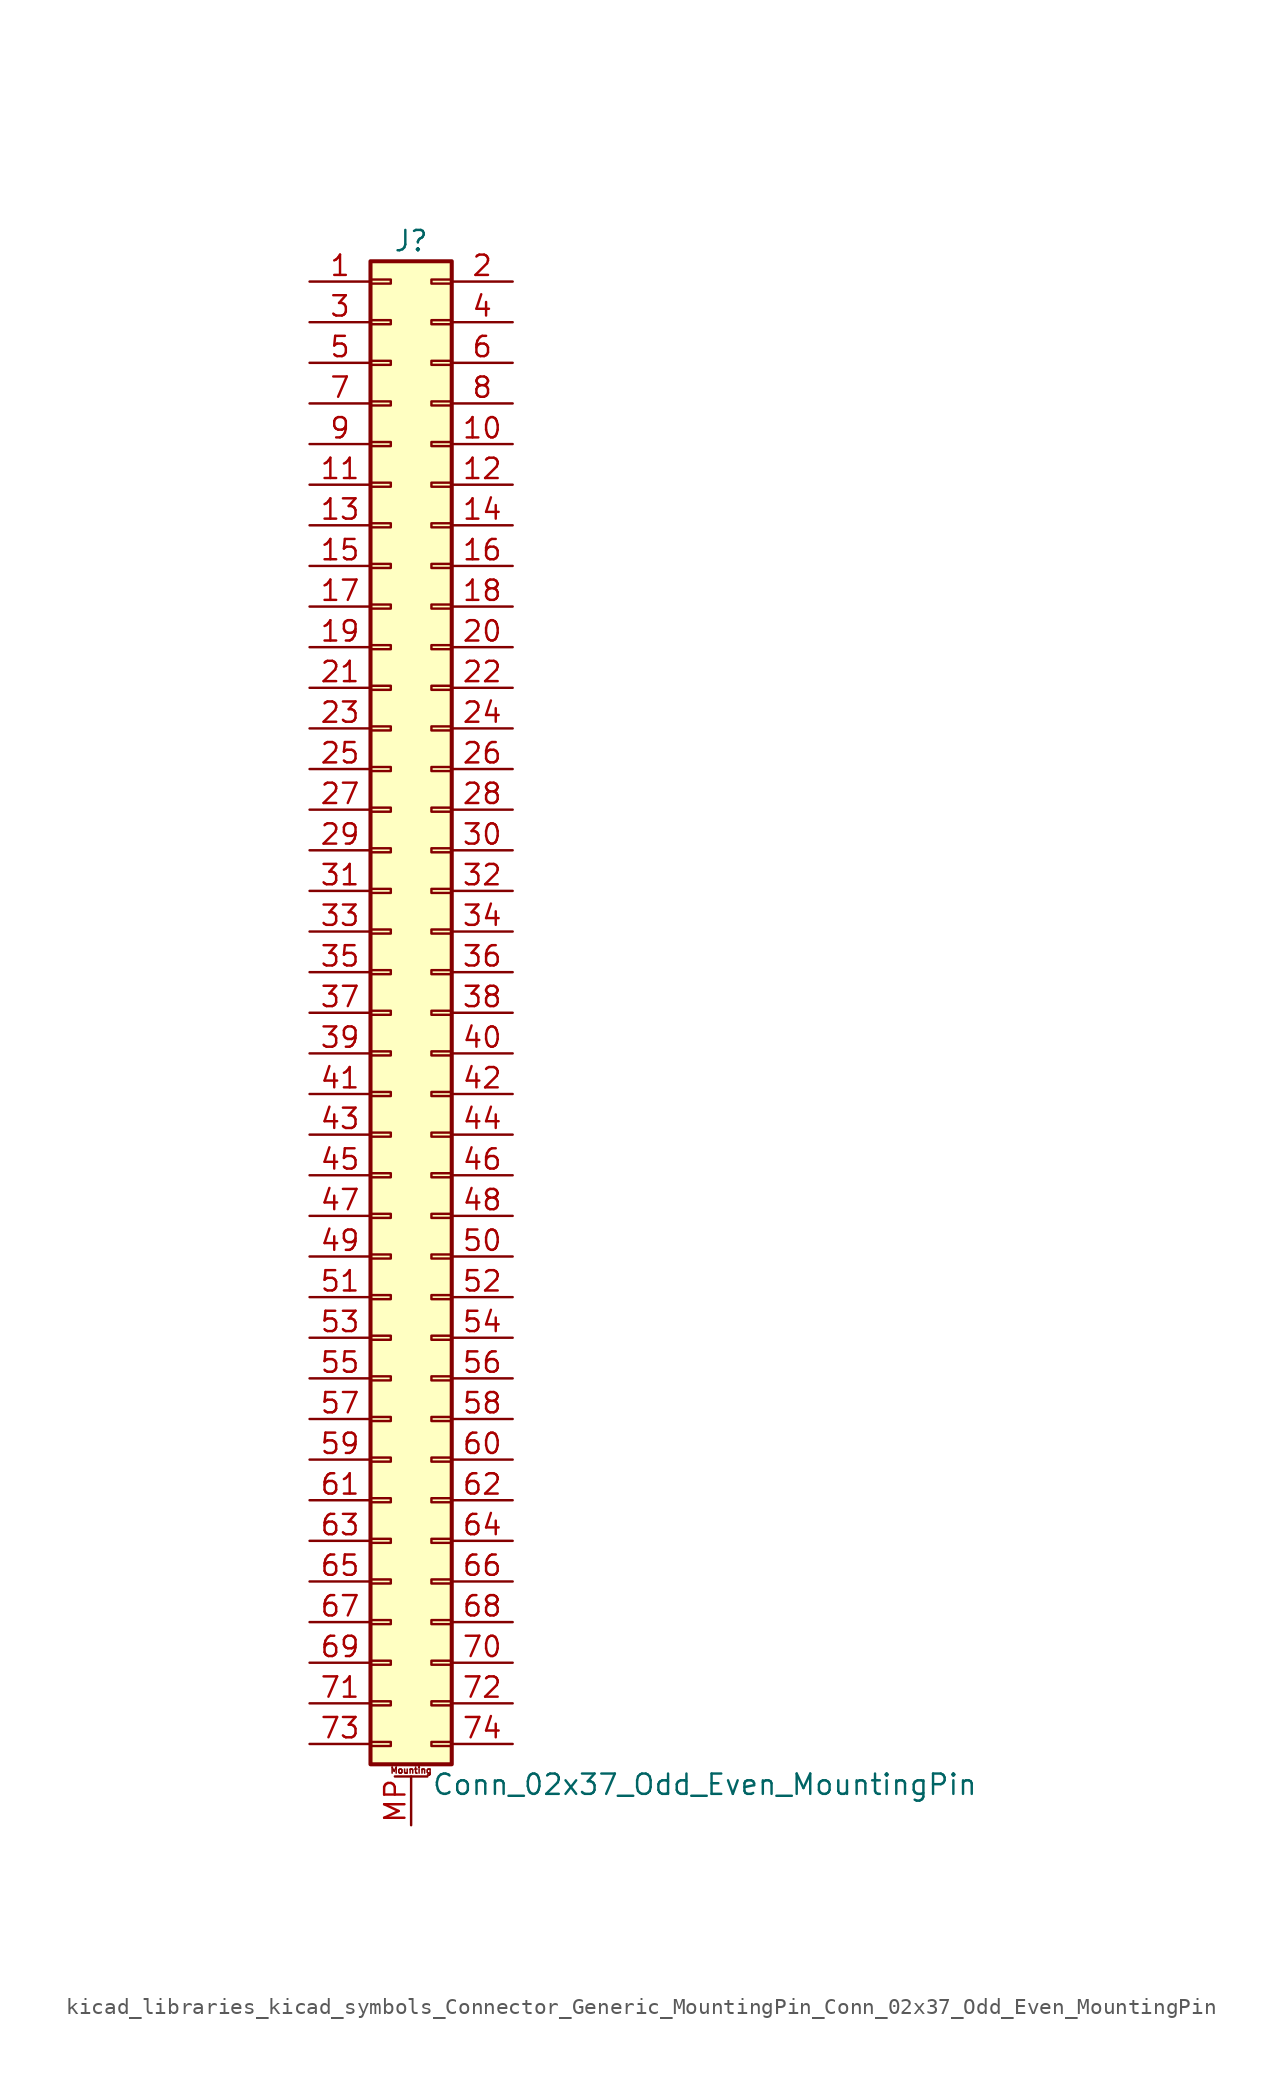
<source format=kicad_sym>
(kicad_symbol_lib
  (version 20220914)
  (generator kicad_symbol_editor)
  (symbol "kicad_libraries_kicad_symbols_Connector_Generic_MountingPin_Conn_02x37_Odd_Even_MountingPin"
    (pin_names
      (offset 1.016) hide)
    (property "Reference" "J"
      (at 1.27 48.26 0)
      (effects (font (size 1.27 1.27))))
    (property "Value" "Conn_02x37_Odd_Even_MountingPin"
      (at 2.54 -48.26 0)
      (effects (font (size 1.27 1.27)) (justify left)))
    (symbol "kicad_libraries_kicad_symbols_Connector_Generic_MountingPin_Conn_02x37_Odd_Even_MountingPin_1_1"
      (rectangle (start -1.27 -45.593) (end 0 -45.847) (stroke (width 0.152) (type default)) (fill (type none)))
      (rectangle (start -1.27 -43.053) (end 0 -43.307) (stroke (width 0.152) (type default)) (fill (type none)))
      (rectangle (start -1.27 -40.513) (end 0 -40.767) (stroke (width 0.152) (type default)) (fill (type none)))
      (rectangle (start -1.27 -37.973) (end 0 -38.227) (stroke (width 0.152) (type default)) (fill (type none)))
      (rectangle (start -1.27 -35.433) (end 0 -35.687) (stroke (width 0.152) (type default)) (fill (type none)))
      (rectangle (start -1.27 -32.893) (end 0 -33.147) (stroke (width 0.152) (type default)) (fill (type none)))
      (rectangle (start -1.27 -30.353) (end 0 -30.607) (stroke (width 0.152) (type default)) (fill (type none)))
      (rectangle (start -1.27 -27.813) (end 0 -28.067) (stroke (width 0.152) (type default)) (fill (type none)))
      (rectangle (start -1.27 -25.273) (end 0 -25.527) (stroke (width 0.152) (type default)) (fill (type none)))
      (rectangle (start -1.27 -22.733) (end 0 -22.987) (stroke (width 0.152) (type default)) (fill (type none)))
      (rectangle (start -1.27 -20.193) (end 0 -20.447) (stroke (width 0.152) (type default)) (fill (type none)))
      (rectangle (start -1.27 -17.653) (end 0 -17.907) (stroke (width 0.152) (type default)) (fill (type none)))
      (rectangle (start -1.27 -15.113) (end 0 -15.367) (stroke (width 0.152) (type default)) (fill (type none)))
      (rectangle (start -1.27 -12.573) (end 0 -12.827) (stroke (width 0.152) (type default)) (fill (type none)))
      (rectangle (start -1.27 -10.033) (end 0 -10.287) (stroke (width 0.152) (type default)) (fill (type none)))
      (rectangle (start -1.27 -7.493) (end 0 -7.747) (stroke (width 0.152) (type default)) (fill (type none)))
      (rectangle (start -1.27 -4.953) (end 0 -5.207) (stroke (width 0.152) (type default)) (fill (type none)))
      (rectangle (start -1.27 -2.413) (end 0 -2.667) (stroke (width 0.152) (type default)) (fill (type none)))
      (rectangle (start -1.27 0.127) (end 0 -0.127) (stroke (width 0.152) (type default)) (fill (type none)))
      (rectangle (start -1.27 2.667) (end 0 2.413) (stroke (width 0.152) (type default)) (fill (type none)))
      (rectangle (start -1.27 5.207) (end 0 4.953) (stroke (width 0.152) (type default)) (fill (type none)))
      (rectangle (start -1.27 7.747) (end 0 7.493) (stroke (width 0.152) (type default)) (fill (type none)))
      (rectangle (start -1.27 10.287) (end 0 10.033) (stroke (width 0.152) (type default)) (fill (type none)))
      (rectangle (start -1.27 12.827) (end 0 12.573) (stroke (width 0.152) (type default)) (fill (type none)))
      (rectangle (start -1.27 15.367) (end 0 15.113) (stroke (width 0.152) (type default)) (fill (type none)))
      (rectangle (start -1.27 17.907) (end 0 17.653) (stroke (width 0.152) (type default)) (fill (type none)))
      (rectangle (start -1.27 20.447) (end 0 20.193) (stroke (width 0.152) (type default)) (fill (type none)))
      (rectangle (start -1.27 22.987) (end 0 22.733) (stroke (width 0.152) (type default)) (fill (type none)))
      (rectangle (start -1.27 25.527) (end 0 25.273) (stroke (width 0.152) (type default)) (fill (type none)))
      (rectangle (start -1.27 28.067) (end 0 27.813) (stroke (width 0.152) (type default)) (fill (type none)))
      (rectangle (start -1.27 30.607) (end 0 30.353) (stroke (width 0.152) (type default)) (fill (type none)))
      (rectangle (start -1.27 33.147) (end 0 32.893) (stroke (width 0.152) (type default)) (fill (type none)))
      (rectangle (start -1.27 35.687) (end 0 35.433) (stroke (width 0.152) (type default)) (fill (type none)))
      (rectangle (start -1.27 38.227) (end 0 37.973) (stroke (width 0.152) (type default)) (fill (type none)))
      (rectangle (start -1.27 40.767) (end 0 40.513) (stroke (width 0.152) (type default)) (fill (type none)))
      (rectangle (start -1.27 43.307) (end 0 43.053) (stroke (width 0.152) (type default)) (fill (type none)))
      (rectangle (start -1.27 45.847) (end 0 45.593) (stroke (width 0.152) (type default)) (fill (type none)))
      (rectangle (start -1.27 46.99) (end 3.81 -46.99) (stroke (width 0.254) (type default)) (fill (type background)))
      (polyline (pts (xy 0.254 -47.752) (xy 2.286 -47.752)) (stroke (width 0.152) (type default)) (fill (type none)))
      (rectangle (start 3.81 -45.593) (end 2.54 -45.847) (stroke (width 0.152) (type default)) (fill (type none)))
      (rectangle (start 3.81 -43.053) (end 2.54 -43.307) (stroke (width 0.152) (type default)) (fill (type none)))
      (rectangle (start 3.81 -40.513) (end 2.54 -40.767) (stroke (width 0.152) (type default)) (fill (type none)))
      (rectangle (start 3.81 -37.973) (end 2.54 -38.227) (stroke (width 0.152) (type default)) (fill (type none)))
      (rectangle (start 3.81 -35.433) (end 2.54 -35.687) (stroke (width 0.152) (type default)) (fill (type none)))
      (rectangle (start 3.81 -32.893) (end 2.54 -33.147) (stroke (width 0.152) (type default)) (fill (type none)))
      (rectangle (start 3.81 -30.353) (end 2.54 -30.607) (stroke (width 0.152) (type default)) (fill (type none)))
      (rectangle (start 3.81 -27.813) (end 2.54 -28.067) (stroke (width 0.152) (type default)) (fill (type none)))
      (rectangle (start 3.81 -25.273) (end 2.54 -25.527) (stroke (width 0.152) (type default)) (fill (type none)))
      (rectangle (start 3.81 -22.733) (end 2.54 -22.987) (stroke (width 0.152) (type default)) (fill (type none)))
      (rectangle (start 3.81 -20.193) (end 2.54 -20.447) (stroke (width 0.152) (type default)) (fill (type none)))
      (rectangle (start 3.81 -17.653) (end 2.54 -17.907) (stroke (width 0.152) (type default)) (fill (type none)))
      (rectangle (start 3.81 -15.113) (end 2.54 -15.367) (stroke (width 0.152) (type default)) (fill (type none)))
      (rectangle (start 3.81 -12.573) (end 2.54 -12.827) (stroke (width 0.152) (type default)) (fill (type none)))
      (rectangle (start 3.81 -10.033) (end 2.54 -10.287) (stroke (width 0.152) (type default)) (fill (type none)))
      (rectangle (start 3.81 -7.493) (end 2.54 -7.747) (stroke (width 0.152) (type default)) (fill (type none)))
      (rectangle (start 3.81 -4.953) (end 2.54 -5.207) (stroke (width 0.152) (type default)) (fill (type none)))
      (rectangle (start 3.81 -2.413) (end 2.54 -2.667) (stroke (width 0.152) (type default)) (fill (type none)))
      (rectangle (start 3.81 0.127) (end 2.54 -0.127) (stroke (width 0.152) (type default)) (fill (type none)))
      (rectangle (start 3.81 2.667) (end 2.54 2.413) (stroke (width 0.152) (type default)) (fill (type none)))
      (rectangle (start 3.81 5.207) (end 2.54 4.953) (stroke (width 0.152) (type default)) (fill (type none)))
      (rectangle (start 3.81 7.747) (end 2.54 7.493) (stroke (width 0.152) (type default)) (fill (type none)))
      (rectangle (start 3.81 10.287) (end 2.54 10.033) (stroke (width 0.152) (type default)) (fill (type none)))
      (rectangle (start 3.81 12.827) (end 2.54 12.573) (stroke (width 0.152) (type default)) (fill (type none)))
      (rectangle (start 3.81 15.367) (end 2.54 15.113) (stroke (width 0.152) (type default)) (fill (type none)))
      (rectangle (start 3.81 17.907) (end 2.54 17.653) (stroke (width 0.152) (type default)) (fill (type none)))
      (rectangle (start 3.81 20.447) (end 2.54 20.193) (stroke (width 0.152) (type default)) (fill (type none)))
      (rectangle (start 3.81 22.987) (end 2.54 22.733) (stroke (width 0.152) (type default)) (fill (type none)))
      (rectangle (start 3.81 25.527) (end 2.54 25.273) (stroke (width 0.152) (type default)) (fill (type none)))
      (rectangle (start 3.81 28.067) (end 2.54 27.813) (stroke (width 0.152) (type default)) (fill (type none)))
      (rectangle (start 3.81 30.607) (end 2.54 30.353) (stroke (width 0.152) (type default)) (fill (type none)))
      (rectangle (start 3.81 33.147) (end 2.54 32.893) (stroke (width 0.152) (type default)) (fill (type none)))
      (rectangle (start 3.81 35.687) (end 2.54 35.433) (stroke (width 0.152) (type default)) (fill (type none)))
      (rectangle (start 3.81 38.227) (end 2.54 37.973) (stroke (width 0.152) (type default)) (fill (type none)))
      (rectangle (start 3.81 40.767) (end 2.54 40.513) (stroke (width 0.152) (type default)) (fill (type none)))
      (rectangle (start 3.81 43.307) (end 2.54 43.053) (stroke (width 0.152) (type default)) (fill (type none)))
      (rectangle (start 3.81 45.847) (end 2.54 45.593) (stroke (width 0.152) (type default)) (fill (type none)))
      (text "Mounting" (at 1.27 -47.371 0) (effects (font (size 0.381 0.381))))
      (pin passive line (at -5.08 45.72 0) (length 3.81) (name "Pin_1" (effects (font (size 1.27 1.27)))) (number "1" (effects (font (size 1.27 1.27)))))
      (pin passive line (at 7.62 35.56 180) (length 3.81) (name "Pin_10" (effects (font (size 1.27 1.27)))) (number "10" (effects (font (size 1.27 1.27)))))
      (pin passive line (at -5.08 33.02 0) (length 3.81) (name "Pin_11" (effects (font (size 1.27 1.27)))) (number "11" (effects (font (size 1.27 1.27)))))
      (pin passive line (at 7.62 33.02 180) (length 3.81) (name "Pin_12" (effects (font (size 1.27 1.27)))) (number "12" (effects (font (size 1.27 1.27)))))
      (pin passive line (at -5.08 30.48 0) (length 3.81) (name "Pin_13" (effects (font (size 1.27 1.27)))) (number "13" (effects (font (size 1.27 1.27)))))
      (pin passive line (at 7.62 30.48 180) (length 3.81) (name "Pin_14" (effects (font (size 1.27 1.27)))) (number "14" (effects (font (size 1.27 1.27)))))
      (pin passive line (at -5.08 27.94 0) (length 3.81) (name "Pin_15" (effects (font (size 1.27 1.27)))) (number "15" (effects (font (size 1.27 1.27)))))
      (pin passive line (at 7.62 27.94 180) (length 3.81) (name "Pin_16" (effects (font (size 1.27 1.27)))) (number "16" (effects (font (size 1.27 1.27)))))
      (pin passive line (at -5.08 25.4 0) (length 3.81) (name "Pin_17" (effects (font (size 1.27 1.27)))) (number "17" (effects (font (size 1.27 1.27)))))
      (pin passive line (at 7.62 25.4 180) (length 3.81) (name "Pin_18" (effects (font (size 1.27 1.27)))) (number "18" (effects (font (size 1.27 1.27)))))
      (pin passive line (at -5.08 22.86 0) (length 3.81) (name "Pin_19" (effects (font (size 1.27 1.27)))) (number "19" (effects (font (size 1.27 1.27)))))
      (pin passive line (at 7.62 45.72 180) (length 3.81) (name "Pin_2" (effects (font (size 1.27 1.27)))) (number "2" (effects (font (size 1.27 1.27)))))
      (pin passive line (at 7.62 22.86 180) (length 3.81) (name "Pin_20" (effects (font (size 1.27 1.27)))) (number "20" (effects (font (size 1.27 1.27)))))
      (pin passive line (at -5.08 20.32 0) (length 3.81) (name "Pin_21" (effects (font (size 1.27 1.27)))) (number "21" (effects (font (size 1.27 1.27)))))
      (pin passive line (at 7.62 20.32 180) (length 3.81) (name "Pin_22" (effects (font (size 1.27 1.27)))) (number "22" (effects (font (size 1.27 1.27)))))
      (pin passive line (at -5.08 17.78 0) (length 3.81) (name "Pin_23" (effects (font (size 1.27 1.27)))) (number "23" (effects (font (size 1.27 1.27)))))
      (pin passive line (at 7.62 17.78 180) (length 3.81) (name "Pin_24" (effects (font (size 1.27 1.27)))) (number "24" (effects (font (size 1.27 1.27)))))
      (pin passive line (at -5.08 15.24 0) (length 3.81) (name "Pin_25" (effects (font (size 1.27 1.27)))) (number "25" (effects (font (size 1.27 1.27)))))
      (pin passive line (at 7.62 15.24 180) (length 3.81) (name "Pin_26" (effects (font (size 1.27 1.27)))) (number "26" (effects (font (size 1.27 1.27)))))
      (pin passive line (at -5.08 12.7 0) (length 3.81) (name "Pin_27" (effects (font (size 1.27 1.27)))) (number "27" (effects (font (size 1.27 1.27)))))
      (pin passive line (at 7.62 12.7 180) (length 3.81) (name "Pin_28" (effects (font (size 1.27 1.27)))) (number "28" (effects (font (size 1.27 1.27)))))
      (pin passive line (at -5.08 10.16 0) (length 3.81) (name "Pin_29" (effects (font (size 1.27 1.27)))) (number "29" (effects (font (size 1.27 1.27)))))
      (pin passive line (at -5.08 43.18 0) (length 3.81) (name "Pin_3" (effects (font (size 1.27 1.27)))) (number "3" (effects (font (size 1.27 1.27)))))
      (pin passive line (at 7.62 10.16 180) (length 3.81) (name "Pin_30" (effects (font (size 1.27 1.27)))) (number "30" (effects (font (size 1.27 1.27)))))
      (pin passive line (at -5.08 7.62 0) (length 3.81) (name "Pin_31" (effects (font (size 1.27 1.27)))) (number "31" (effects (font (size 1.27 1.27)))))
      (pin passive line (at 7.62 7.62 180) (length 3.81) (name "Pin_32" (effects (font (size 1.27 1.27)))) (number "32" (effects (font (size 1.27 1.27)))))
      (pin passive line (at -5.08 5.08 0) (length 3.81) (name "Pin_33" (effects (font (size 1.27 1.27)))) (number "33" (effects (font (size 1.27 1.27)))))
      (pin passive line (at 7.62 5.08 180) (length 3.81) (name "Pin_34" (effects (font (size 1.27 1.27)))) (number "34" (effects (font (size 1.27 1.27)))))
      (pin passive line (at -5.08 2.54 0) (length 3.81) (name "Pin_35" (effects (font (size 1.27 1.27)))) (number "35" (effects (font (size 1.27 1.27)))))
      (pin passive line (at 7.62 2.54 180) (length 3.81) (name "Pin_36" (effects (font (size 1.27 1.27)))) (number "36" (effects (font (size 1.27 1.27)))))
      (pin passive line (at -5.08 0 0) (length 3.81) (name "Pin_37" (effects (font (size 1.27 1.27)))) (number "37" (effects (font (size 1.27 1.27)))))
      (pin passive line (at 7.62 0 180) (length 3.81) (name "Pin_38" (effects (font (size 1.27 1.27)))) (number "38" (effects (font (size 1.27 1.27)))))
      (pin passive line (at -5.08 -2.54 0) (length 3.81) (name "Pin_39" (effects (font (size 1.27 1.27)))) (number "39" (effects (font (size 1.27 1.27)))))
      (pin passive line (at 7.62 43.18 180) (length 3.81) (name "Pin_4" (effects (font (size 1.27 1.27)))) (number "4" (effects (font (size 1.27 1.27)))))
      (pin passive line (at 7.62 -2.54 180) (length 3.81) (name "Pin_40" (effects (font (size 1.27 1.27)))) (number "40" (effects (font (size 1.27 1.27)))))
      (pin passive line (at -5.08 -5.08 0) (length 3.81) (name "Pin_41" (effects (font (size 1.27 1.27)))) (number "41" (effects (font (size 1.27 1.27)))))
      (pin passive line (at 7.62 -5.08 180) (length 3.81) (name "Pin_42" (effects (font (size 1.27 1.27)))) (number "42" (effects (font (size 1.27 1.27)))))
      (pin passive line (at -5.08 -7.62 0) (length 3.81) (name "Pin_43" (effects (font (size 1.27 1.27)))) (number "43" (effects (font (size 1.27 1.27)))))
      (pin passive line (at 7.62 -7.62 180) (length 3.81) (name "Pin_44" (effects (font (size 1.27 1.27)))) (number "44" (effects (font (size 1.27 1.27)))))
      (pin passive line (at -5.08 -10.16 0) (length 3.81) (name "Pin_45" (effects (font (size 1.27 1.27)))) (number "45" (effects (font (size 1.27 1.27)))))
      (pin passive line (at 7.62 -10.16 180) (length 3.81) (name "Pin_46" (effects (font (size 1.27 1.27)))) (number "46" (effects (font (size 1.27 1.27)))))
      (pin passive line (at -5.08 -12.7 0) (length 3.81) (name "Pin_47" (effects (font (size 1.27 1.27)))) (number "47" (effects (font (size 1.27 1.27)))))
      (pin passive line (at 7.62 -12.7 180) (length 3.81) (name "Pin_48" (effects (font (size 1.27 1.27)))) (number "48" (effects (font (size 1.27 1.27)))))
      (pin passive line (at -5.08 -15.24 0) (length 3.81) (name "Pin_49" (effects (font (size 1.27 1.27)))) (number "49" (effects (font (size 1.27 1.27)))))
      (pin passive line (at -5.08 40.64 0) (length 3.81) (name "Pin_5" (effects (font (size 1.27 1.27)))) (number "5" (effects (font (size 1.27 1.27)))))
      (pin passive line (at 7.62 -15.24 180) (length 3.81) (name "Pin_50" (effects (font (size 1.27 1.27)))) (number "50" (effects (font (size 1.27 1.27)))))
      (pin passive line (at -5.08 -17.78 0) (length 3.81) (name "Pin_51" (effects (font (size 1.27 1.27)))) (number "51" (effects (font (size 1.27 1.27)))))
      (pin passive line (at 7.62 -17.78 180) (length 3.81) (name "Pin_52" (effects (font (size 1.27 1.27)))) (number "52" (effects (font (size 1.27 1.27)))))
      (pin passive line (at -5.08 -20.32 0) (length 3.81) (name "Pin_53" (effects (font (size 1.27 1.27)))) (number "53" (effects (font (size 1.27 1.27)))))
      (pin passive line (at 7.62 -20.32 180) (length 3.81) (name "Pin_54" (effects (font (size 1.27 1.27)))) (number "54" (effects (font (size 1.27 1.27)))))
      (pin passive line (at -5.08 -22.86 0) (length 3.81) (name "Pin_55" (effects (font (size 1.27 1.27)))) (number "55" (effects (font (size 1.27 1.27)))))
      (pin passive line (at 7.62 -22.86 180) (length 3.81) (name "Pin_56" (effects (font (size 1.27 1.27)))) (number "56" (effects (font (size 1.27 1.27)))))
      (pin passive line (at -5.08 -25.4 0) (length 3.81) (name "Pin_57" (effects (font (size 1.27 1.27)))) (number "57" (effects (font (size 1.27 1.27)))))
      (pin passive line (at 7.62 -25.4 180) (length 3.81) (name "Pin_58" (effects (font (size 1.27 1.27)))) (number "58" (effects (font (size 1.27 1.27)))))
      (pin passive line (at -5.08 -27.94 0) (length 3.81) (name "Pin_59" (effects (font (size 1.27 1.27)))) (number "59" (effects (font (size 1.27 1.27)))))
      (pin passive line (at 7.62 40.64 180) (length 3.81) (name "Pin_6" (effects (font (size 1.27 1.27)))) (number "6" (effects (font (size 1.27 1.27)))))
      (pin passive line (at 7.62 -27.94 180) (length 3.81) (name "Pin_60" (effects (font (size 1.27 1.27)))) (number "60" (effects (font (size 1.27 1.27)))))
      (pin passive line (at -5.08 -30.48 0) (length 3.81) (name "Pin_61" (effects (font (size 1.27 1.27)))) (number "61" (effects (font (size 1.27 1.27)))))
      (pin passive line (at 7.62 -30.48 180) (length 3.81) (name "Pin_62" (effects (font (size 1.27 1.27)))) (number "62" (effects (font (size 1.27 1.27)))))
      (pin passive line (at -5.08 -33.02 0) (length 3.81) (name "Pin_63" (effects (font (size 1.27 1.27)))) (number "63" (effects (font (size 1.27 1.27)))))
      (pin passive line (at 7.62 -33.02 180) (length 3.81) (name "Pin_64" (effects (font (size 1.27 1.27)))) (number "64" (effects (font (size 1.27 1.27)))))
      (pin passive line (at -5.08 -35.56 0) (length 3.81) (name "Pin_65" (effects (font (size 1.27 1.27)))) (number "65" (effects (font (size 1.27 1.27)))))
      (pin passive line (at 7.62 -35.56 180) (length 3.81) (name "Pin_66" (effects (font (size 1.27 1.27)))) (number "66" (effects (font (size 1.27 1.27)))))
      (pin passive line (at -5.08 -38.1 0) (length 3.81) (name "Pin_67" (effects (font (size 1.27 1.27)))) (number "67" (effects (font (size 1.27 1.27)))))
      (pin passive line (at 7.62 -38.1 180) (length 3.81) (name "Pin_68" (effects (font (size 1.27 1.27)))) (number "68" (effects (font (size 1.27 1.27)))))
      (pin passive line (at -5.08 -40.64 0) (length 3.81) (name "Pin_69" (effects (font (size 1.27 1.27)))) (number "69" (effects (font (size 1.27 1.27)))))
      (pin passive line (at -5.08 38.1 0) (length 3.81) (name "Pin_7" (effects (font (size 1.27 1.27)))) (number "7" (effects (font (size 1.27 1.27)))))
      (pin passive line (at 7.62 -40.64 180) (length 3.81) (name "Pin_70" (effects (font (size 1.27 1.27)))) (number "70" (effects (font (size 1.27 1.27)))))
      (pin passive line (at -5.08 -43.18 0) (length 3.81) (name "Pin_71" (effects (font (size 1.27 1.27)))) (number "71" (effects (font (size 1.27 1.27)))))
      (pin passive line (at 7.62 -43.18 180) (length 3.81) (name "Pin_72" (effects (font (size 1.27 1.27)))) (number "72" (effects (font (size 1.27 1.27)))))
      (pin passive line (at -5.08 -45.72 0) (length 3.81) (name "Pin_73" (effects (font (size 1.27 1.27)))) (number "73" (effects (font (size 1.27 1.27)))))
      (pin passive line (at 7.62 -45.72 180) (length 3.81) (name "Pin_74" (effects (font (size 1.27 1.27)))) (number "74" (effects (font (size 1.27 1.27)))))
      (pin passive line (at 7.62 38.1 180) (length 3.81) (name "Pin_8" (effects (font (size 1.27 1.27)))) (number "8" (effects (font (size 1.27 1.27)))))
      (pin passive line (at -5.08 35.56 0) (length 3.81) (name "Pin_9" (effects (font (size 1.27 1.27)))) (number "9" (effects (font (size 1.27 1.27)))))
      (pin passive line (at 1.27 -50.8 90) (length 3.048) (name "MountPin" (effects (font (size 1.27 1.27)))) (number "MP" (effects (font (size 1.27 1.27))))))))
</source>
